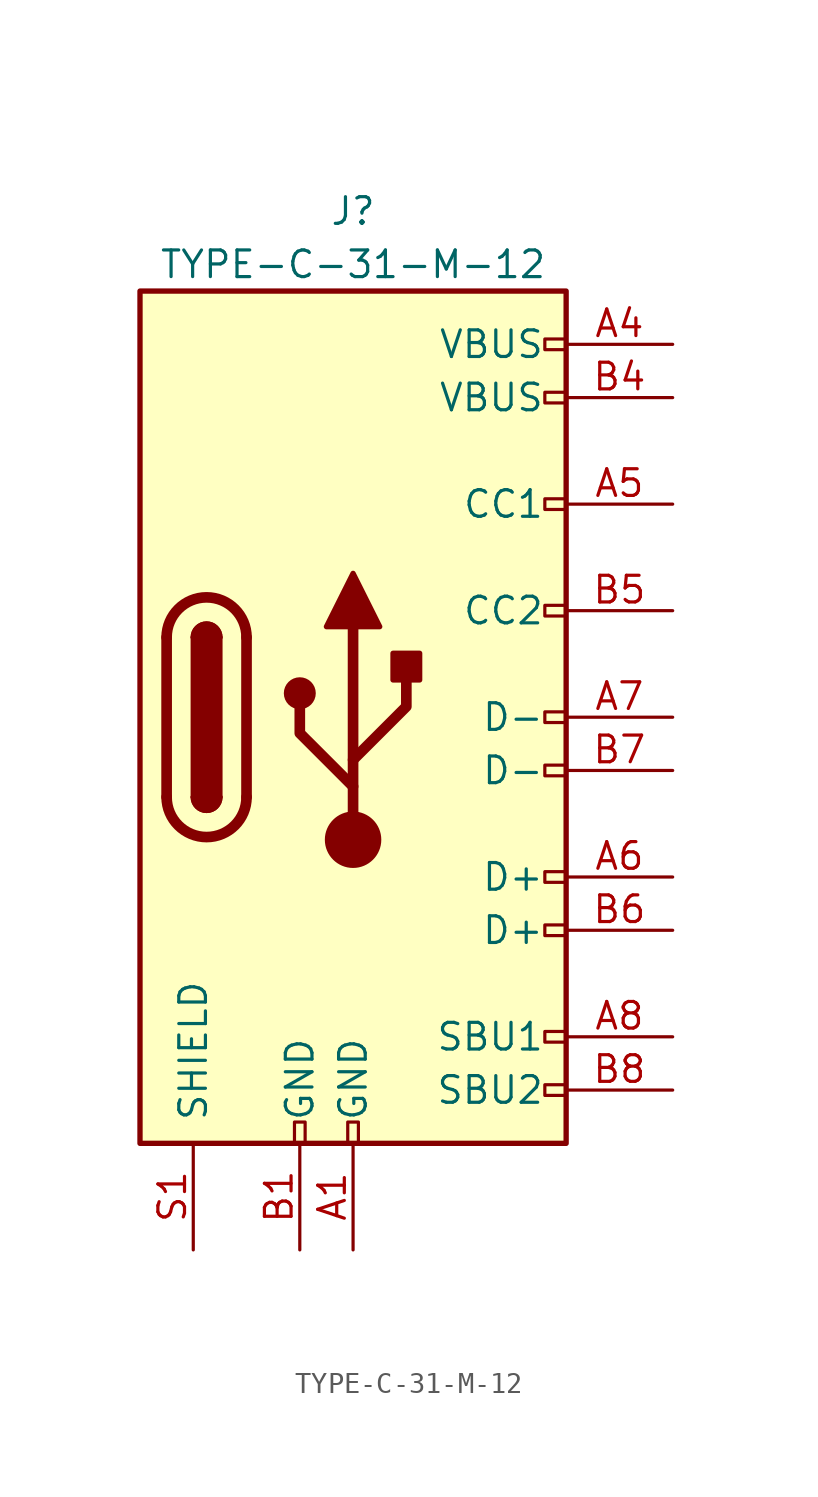
<source format=kicad_sym>
(kicad_symbol_lib
  (version 20241209)
  (generator "kicad_symbol_editor")
  (generator_version "9.0")
  (symbol "TYPE-C-31-M-12"
    (pin_names
      (offset 1.016))
    (property "Reference" "J"
      (at 0 24.13 0)
      (effects (font (size 1.27 1.27))))
    (property "Value" "TYPE-C-31-M-12"
      (at 0 21.59 0)
      (effects (font (size 1.27 1.27))))
    (symbol "TYPE-C-31-M-12_0_0"
      (rectangle (start -2.794 -19.304) (end -2.286 -20.32) (stroke (width 0) (type default)) (fill (type none)))
      (rectangle (start -0.254 -19.304) (end 0.254 -20.32) (stroke (width 0) (type default)) (fill (type none)))
      (rectangle (start 9.144 15.494) (end 10.16 14.986) (stroke (width 0) (type default)) (fill (type none)))
      (rectangle (start 10.16 18.034) (end 9.144 17.526) (stroke (width 0) (type default)) (fill (type none)))
      (rectangle (start 10.16 10.414) (end 9.144 9.906) (stroke (width 0) (type default)) (fill (type none)))
      (rectangle (start 10.16 5.334) (end 9.144 4.826) (stroke (width 0) (type default)) (fill (type none)))
      (rectangle (start 10.16 0.254) (end 9.144 -0.254) (stroke (width 0) (type default)) (fill (type none)))
      (rectangle (start 10.16 -2.286) (end 9.144 -2.794) (stroke (width 0) (type default)) (fill (type none)))
      (rectangle (start 10.16 -7.366) (end 9.144 -7.874) (stroke (width 0) (type default)) (fill (type none)))
      (rectangle (start 10.16 -9.906) (end 9.144 -10.414) (stroke (width 0) (type default)) (fill (type none)))
      (rectangle (start 10.16 -14.986) (end 9.144 -15.494) (stroke (width 0) (type default)) (fill (type none)))
      (rectangle (start 10.16 -17.526) (end 9.144 -18.034) (stroke (width 0) (type default)) (fill (type none))))
    (symbol "TYPE-C-31-M-12_0_1"
      (rectangle (start -10.16 20.32) (end 10.16 -20.32) (stroke (width 0.254) (type default)) (fill (type background)))
      (polyline (pts (xy -8.89 -3.81) (xy -8.89 3.81)) (stroke (width 0.508) (type default)) (fill (type none)))
      (rectangle (start -7.62 -3.81) (end -6.35 3.81) (stroke (width 0.254) (type default)) (fill (type outline)))
      (arc (start -7.62 3.81) (mid -6.985 4.4423) (end -6.35 3.81) (stroke (width 0.254) (type default)) (fill (type none)))
      (arc (start -7.62 3.81) (mid -6.985 4.4423) (end -6.35 3.81) (stroke (width 0.254) (type default)) (fill (type outline)))
      (arc (start -8.89 3.81) (mid -6.985 5.7067) (end -5.08 3.81) (stroke (width 0.508) (type default)) (fill (type none)))
      (arc (start -5.08 -3.81) (mid -6.985 -5.7067) (end -8.89 -3.81) (stroke (width 0.508) (type default)) (fill (type none)))
      (arc (start -6.35 -3.81) (mid -6.985 -4.4423) (end -7.62 -3.81) (stroke (width 0.254) (type default)) (fill (type none)))
      (arc (start -6.35 -3.81) (mid -6.985 -4.4423) (end -7.62 -3.81) (stroke (width 0.254) (type default)) (fill (type outline)))
      (polyline (pts (xy -5.08 3.81) (xy -5.08 -3.81)) (stroke (width 0.508) (type default)) (fill (type none))))
    (symbol "TYPE-C-31-M-12_1_1"
      (circle (center -2.54 1.143) (radius 0.635) (stroke (width 0.254) (type default)) (fill (type outline)))
      (polyline (pts (xy -1.27 4.318) (xy 0 6.858) (xy 1.27 4.318) (xy -1.27 4.318)) (stroke (width 0.254) (type default)) (fill (type outline)))
      (polyline (pts (xy 0 -2.032) (xy 2.54 0.508) (xy 2.54 1.778)) (stroke (width 0.508) (type default)) (fill (type none)))
      (polyline (pts (xy 0 -3.302) (xy -2.54 -0.762) (xy -2.54 0.508)) (stroke (width 0.508) (type default)) (fill (type none)))
      (polyline (pts (xy 0 -5.842) (xy 0 4.318)) (stroke (width 0.508) (type default)) (fill (type none)))
      (circle (center 0 -5.842) (radius 1.27) (stroke (width 0) (type default)) (fill (type outline)))
      (rectangle (start 1.905 1.778) (end 3.175 3.048) (stroke (width 0.254) (type default)) (fill (type outline)))
      (pin passive line (at -7.62 -25.4 90) (length 5.08) (name "SHIELD" (effects (font (size 1.27 1.27)))) (number "S1" (effects (font (size 1.27 1.27)))))
      (pin passive line (at -2.54 -25.4 90) (length 5.08) (name "GND" (effects (font (size 1.27 1.27)))) (number "B1" (effects (font (size 1.27 1.27)))))
      (pin passive line (at 0 -25.4 90) (length 5.08) (name "GND" (effects (font (size 1.27 1.27)))) (number "A1" (effects (font (size 1.27 1.27)))))
      (pin passive line (at 15.24 17.78 180) (length 5.08) (name "VBUS" (effects (font (size 1.27 1.27)))) (number "A4" (effects (font (size 1.27 1.27)))))
      (pin passive line (at 15.24 15.24 180) (length 5.08) (name "VBUS" (effects (font (size 1.27 1.27)))) (number "B4" (effects (font (size 1.27 1.27)))))
      (pin bidirectional line (at 15.24 10.16 180) (length 5.08) (name "CC1" (effects (font (size 1.27 1.27)))) (number "A5" (effects (font (size 1.27 1.27)))))
      (pin bidirectional line (at 15.24 5.08 180) (length 5.08) (name "CC2" (effects (font (size 1.27 1.27)))) (number "B5" (effects (font (size 1.27 1.27)))))
      (pin bidirectional line (at 15.24 0 180) (length 5.08) (name "D-" (effects (font (size 1.27 1.27)))) (number "A7" (effects (font (size 1.27 1.27)))))
      (pin bidirectional line (at 15.24 -2.54 180) (length 5.08) (name "D-" (effects (font (size 1.27 1.27)))) (number "B7" (effects (font (size 1.27 1.27)))))
      (pin bidirectional line (at 15.24 -7.62 180) (length 5.08) (name "D+" (effects (font (size 1.27 1.27)))) (number "A6" (effects (font (size 1.27 1.27)))))
      (pin bidirectional line (at 15.24 -10.16 180) (length 5.08) (name "D+" (effects (font (size 1.27 1.27)))) (number "B6" (effects (font (size 1.27 1.27)))))
      (pin bidirectional line (at 15.24 -15.24 180) (length 5.08) (name "SBU1" (effects (font (size 1.27 1.27)))) (number "A8" (effects (font (size 1.27 1.27)))))
      (pin bidirectional line (at 15.24 -17.78 180) (length 5.08) (name "SBU2" (effects (font (size 1.27 1.27)))) (number "B8" (effects (font (size 1.27 1.27))))))))
</source>
